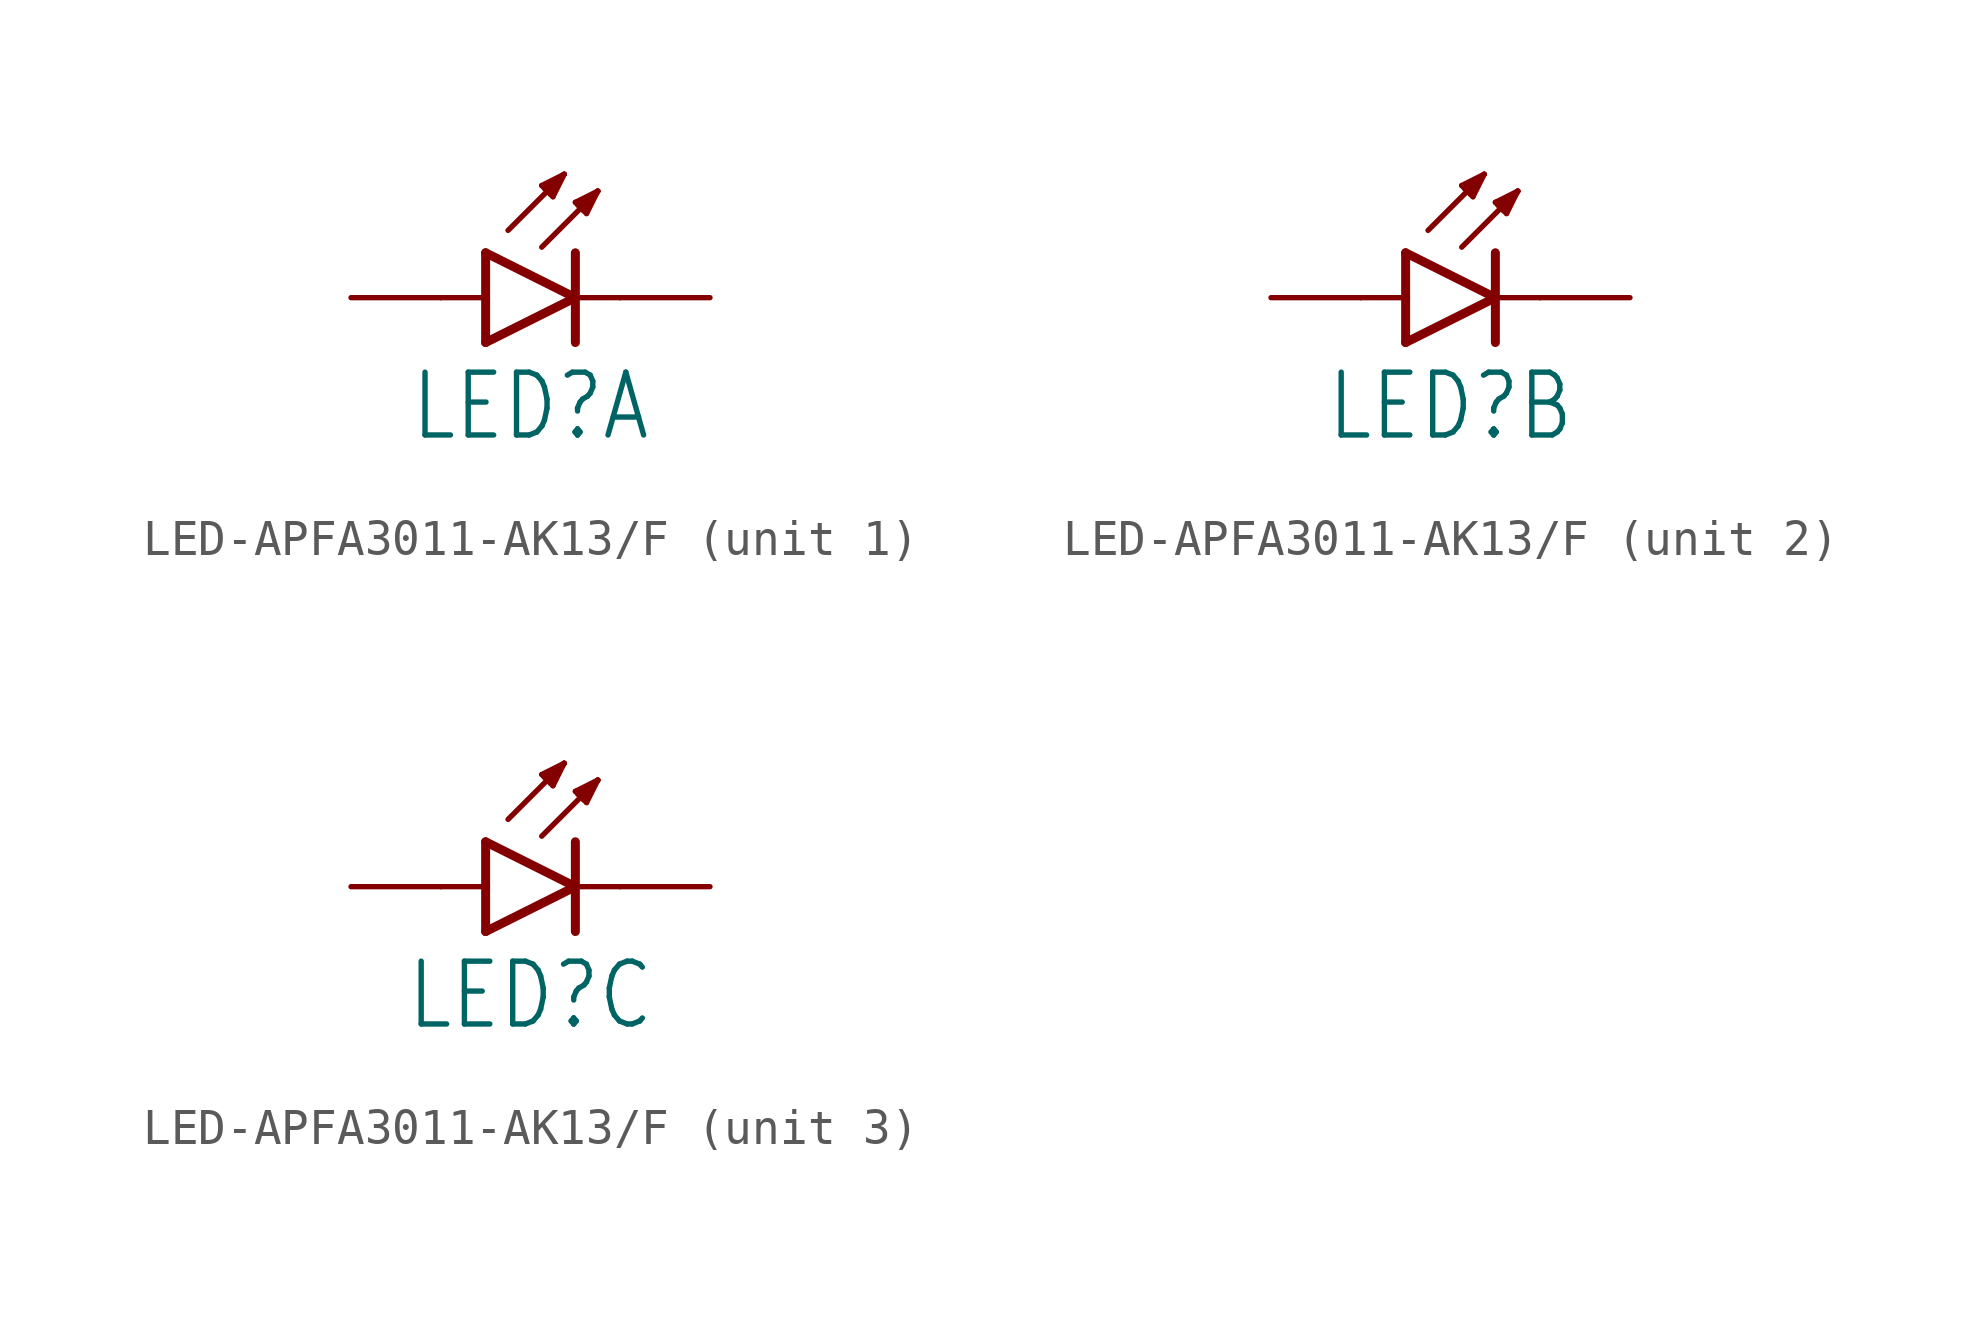
<source format=kicad_sym>
(kicad_symbol_lib
  (version 20231120)
  (generator "kicad_symbol_editor")
  (generator_version "8.0")
  (symbol "LED-APFA3011-AK13/F"
    (property "Reference" "LED"
      (at 0 -2.032 0)
      (effects (font (size 1.778 1.511)) (justify top)))
    (property "Value" ""
      (at 0 -4.572 0)
      (effects (font (size 1.778 1.511)) (justify top)))
    (property "ki_locked" ""
      (at 0 0 0)
      (effects (font (size 1.27 1.27))))
    (symbol "LED-APFA3011-AK13/F_1_0"
      (polyline (pts (xy -2.54 0) (xy -1.27 0)) (stroke (width 0.152) (type solid)) (fill (type none)))
      (polyline (pts (xy -1.27 -1.27) (xy 1.27 0)) (stroke (width 0.254) (type solid)) (fill (type none)))
      (polyline (pts (xy -1.27 0) (xy -1.27 -1.27)) (stroke (width 0.254) (type solid)) (fill (type none)))
      (polyline (pts (xy -1.27 1.27) (xy -1.27 0)) (stroke (width 0.254) (type solid)) (fill (type none)))
      (polyline (pts (xy -0.635 1.905) (xy 0.953 3.493)) (stroke (width 0.152) (type solid)) (fill (type none)))
      (polyline (pts (xy 0.318 1.429) (xy 1.905 3.016)) (stroke (width 0.152) (type solid)) (fill (type none)))
      (polyline (pts (xy 0.318 3.175) (xy 0.397 3.096)) (stroke (width 0.152) (type solid)) (fill (type none)))
      (polyline (pts (xy 0.397 3.096) (xy 0.556 2.937)) (stroke (width 0.152) (type solid)) (fill (type none)))
      (polyline (pts (xy 0.556 2.937) (xy 0.635 2.857)) (stroke (width 0.152) (type solid)) (fill (type none)))
      (polyline (pts (xy 0.635 2.857) (xy 0.953 3.493)) (stroke (width 0.152) (type solid)) (fill (type none)))
      (polyline (pts (xy 0.953 3.493) (xy 0.318 3.175)) (stroke (width 0.152) (type solid)) (fill (type none)))
      (polyline (pts (xy 0.953 3.493) (xy 0.397 3.096)) (stroke (width 0.152) (type solid)) (fill (type none)))
      (polyline (pts (xy 0.953 3.493) (xy 0.556 2.937)) (stroke (width 0.152) (type solid)) (fill (type none)))
      (polyline (pts (xy 1.27 0) (xy -1.27 1.27)) (stroke (width 0.254) (type solid)) (fill (type none)))
      (polyline (pts (xy 1.27 0) (xy 1.27 -1.27)) (stroke (width 0.254) (type solid)) (fill (type none)))
      (polyline (pts (xy 1.27 1.27) (xy 1.27 0)) (stroke (width 0.254) (type solid)) (fill (type none)))
      (polyline (pts (xy 1.27 2.699) (xy 1.349 2.619)) (stroke (width 0.152) (type solid)) (fill (type none)))
      (polyline (pts (xy 1.349 2.619) (xy 1.508 2.461)) (stroke (width 0.152) (type solid)) (fill (type none)))
      (polyline (pts (xy 1.508 2.461) (xy 1.587 2.381)) (stroke (width 0.152) (type solid)) (fill (type none)))
      (polyline (pts (xy 1.587 2.381) (xy 1.905 3.016)) (stroke (width 0.152) (type solid)) (fill (type none)))
      (polyline (pts (xy 1.905 3.016) (xy 1.27 2.699)) (stroke (width 0.152) (type solid)) (fill (type none)))
      (polyline (pts (xy 1.905 3.016) (xy 1.349 2.619)) (stroke (width 0.152) (type solid)) (fill (type none)))
      (polyline (pts (xy 1.905 3.016) (xy 1.508 2.461)) (stroke (width 0.152) (type solid)) (fill (type none)))
      (polyline (pts (xy 2.54 0) (xy 1.27 0)) (stroke (width 0.152) (type solid)) (fill (type none)))
      (pin passive line (at -5.08 0 0) (length 2.54) (name "A" (effects (font (size 0 0)))) (number "2" (effects (font (size 0 0)))))
      (pin passive line (at 5.08 0 180) (length 2.54) (name "C" (effects (font (size 0 0)))) (number "5" (effects (font (size 0 0))))))
    (symbol "LED-APFA3011-AK13/F_2_0"
      (polyline (pts (xy -2.54 0) (xy -1.27 0)) (stroke (width 0.152) (type solid)) (fill (type none)))
      (polyline (pts (xy -1.27 -1.27) (xy 1.27 0)) (stroke (width 0.254) (type solid)) (fill (type none)))
      (polyline (pts (xy -1.27 0) (xy -1.27 -1.27)) (stroke (width 0.254) (type solid)) (fill (type none)))
      (polyline (pts (xy -1.27 1.27) (xy -1.27 0)) (stroke (width 0.254) (type solid)) (fill (type none)))
      (polyline (pts (xy -0.635 1.905) (xy 0.953 3.493)) (stroke (width 0.152) (type solid)) (fill (type none)))
      (polyline (pts (xy 0.318 1.429) (xy 1.905 3.016)) (stroke (width 0.152) (type solid)) (fill (type none)))
      (polyline (pts (xy 0.318 3.175) (xy 0.397 3.096)) (stroke (width 0.152) (type solid)) (fill (type none)))
      (polyline (pts (xy 0.397 3.096) (xy 0.556 2.937)) (stroke (width 0.152) (type solid)) (fill (type none)))
      (polyline (pts (xy 0.556 2.937) (xy 0.635 2.857)) (stroke (width 0.152) (type solid)) (fill (type none)))
      (polyline (pts (xy 0.635 2.857) (xy 0.953 3.493)) (stroke (width 0.152) (type solid)) (fill (type none)))
      (polyline (pts (xy 0.953 3.493) (xy 0.318 3.175)) (stroke (width 0.152) (type solid)) (fill (type none)))
      (polyline (pts (xy 0.953 3.493) (xy 0.397 3.096)) (stroke (width 0.152) (type solid)) (fill (type none)))
      (polyline (pts (xy 0.953 3.493) (xy 0.556 2.937)) (stroke (width 0.152) (type solid)) (fill (type none)))
      (polyline (pts (xy 1.27 0) (xy -1.27 1.27)) (stroke (width 0.254) (type solid)) (fill (type none)))
      (polyline (pts (xy 1.27 0) (xy 1.27 -1.27)) (stroke (width 0.254) (type solid)) (fill (type none)))
      (polyline (pts (xy 1.27 1.27) (xy 1.27 0)) (stroke (width 0.254) (type solid)) (fill (type none)))
      (polyline (pts (xy 1.27 2.699) (xy 1.349 2.619)) (stroke (width 0.152) (type solid)) (fill (type none)))
      (polyline (pts (xy 1.349 2.619) (xy 1.508 2.461)) (stroke (width 0.152) (type solid)) (fill (type none)))
      (polyline (pts (xy 1.508 2.461) (xy 1.587 2.381)) (stroke (width 0.152) (type solid)) (fill (type none)))
      (polyline (pts (xy 1.587 2.381) (xy 1.905 3.016)) (stroke (width 0.152) (type solid)) (fill (type none)))
      (polyline (pts (xy 1.905 3.016) (xy 1.27 2.699)) (stroke (width 0.152) (type solid)) (fill (type none)))
      (polyline (pts (xy 1.905 3.016) (xy 1.349 2.619)) (stroke (width 0.152) (type solid)) (fill (type none)))
      (polyline (pts (xy 1.905 3.016) (xy 1.508 2.461)) (stroke (width 0.152) (type solid)) (fill (type none)))
      (polyline (pts (xy 2.54 0) (xy 1.27 0)) (stroke (width 0.152) (type solid)) (fill (type none)))
      (pin passive line (at -5.08 0 0) (length 2.54) (name "A" (effects (font (size 0 0)))) (number "4" (effects (font (size 0 0)))))
      (pin passive line (at 5.08 0 180) (length 2.54) (name "C" (effects (font (size 0 0)))) (number "6" (effects (font (size 0 0))))))
    (symbol "LED-APFA3011-AK13/F_3_0"
      (polyline (pts (xy -2.54 0) (xy -1.27 0)) (stroke (width 0.152) (type solid)) (fill (type none)))
      (polyline (pts (xy -1.27 -1.27) (xy 1.27 0)) (stroke (width 0.254) (type solid)) (fill (type none)))
      (polyline (pts (xy -1.27 0) (xy -1.27 -1.27)) (stroke (width 0.254) (type solid)) (fill (type none)))
      (polyline (pts (xy -1.27 1.27) (xy -1.27 0)) (stroke (width 0.254) (type solid)) (fill (type none)))
      (polyline (pts (xy -0.635 1.905) (xy 0.953 3.493)) (stroke (width 0.152) (type solid)) (fill (type none)))
      (polyline (pts (xy 0.318 1.429) (xy 1.905 3.016)) (stroke (width 0.152) (type solid)) (fill (type none)))
      (polyline (pts (xy 0.318 3.175) (xy 0.397 3.096)) (stroke (width 0.152) (type solid)) (fill (type none)))
      (polyline (pts (xy 0.397 3.096) (xy 0.556 2.937)) (stroke (width 0.152) (type solid)) (fill (type none)))
      (polyline (pts (xy 0.556 2.937) (xy 0.635 2.857)) (stroke (width 0.152) (type solid)) (fill (type none)))
      (polyline (pts (xy 0.635 2.857) (xy 0.953 3.493)) (stroke (width 0.152) (type solid)) (fill (type none)))
      (polyline (pts (xy 0.953 3.493) (xy 0.318 3.175)) (stroke (width 0.152) (type solid)) (fill (type none)))
      (polyline (pts (xy 0.953 3.493) (xy 0.397 3.096)) (stroke (width 0.152) (type solid)) (fill (type none)))
      (polyline (pts (xy 0.953 3.493) (xy 0.556 2.937)) (stroke (width 0.152) (type solid)) (fill (type none)))
      (polyline (pts (xy 1.27 0) (xy -1.27 1.27)) (stroke (width 0.254) (type solid)) (fill (type none)))
      (polyline (pts (xy 1.27 0) (xy 1.27 -1.27)) (stroke (width 0.254) (type solid)) (fill (type none)))
      (polyline (pts (xy 1.27 1.27) (xy 1.27 0)) (stroke (width 0.254) (type solid)) (fill (type none)))
      (polyline (pts (xy 1.27 2.699) (xy 1.349 2.619)) (stroke (width 0.152) (type solid)) (fill (type none)))
      (polyline (pts (xy 1.349 2.619) (xy 1.508 2.461)) (stroke (width 0.152) (type solid)) (fill (type none)))
      (polyline (pts (xy 1.508 2.461) (xy 1.587 2.381)) (stroke (width 0.152) (type solid)) (fill (type none)))
      (polyline (pts (xy 1.587 2.381) (xy 1.905 3.016)) (stroke (width 0.152) (type solid)) (fill (type none)))
      (polyline (pts (xy 1.905 3.016) (xy 1.27 2.699)) (stroke (width 0.152) (type solid)) (fill (type none)))
      (polyline (pts (xy 1.905 3.016) (xy 1.349 2.619)) (stroke (width 0.152) (type solid)) (fill (type none)))
      (polyline (pts (xy 1.905 3.016) (xy 1.508 2.461)) (stroke (width 0.152) (type solid)) (fill (type none)))
      (polyline (pts (xy 2.54 0) (xy 1.27 0)) (stroke (width 0.152) (type solid)) (fill (type none)))
      (pin passive line (at -5.08 0 0) (length 2.54) (name "A" (effects (font (size 0 0)))) (number "1" (effects (font (size 0 0)))))
      (pin passive line (at 5.08 0 180) (length 2.54) (name "C" (effects (font (size 0 0)))) (number "3" (effects (font (size 0 0))))))))
</source>
